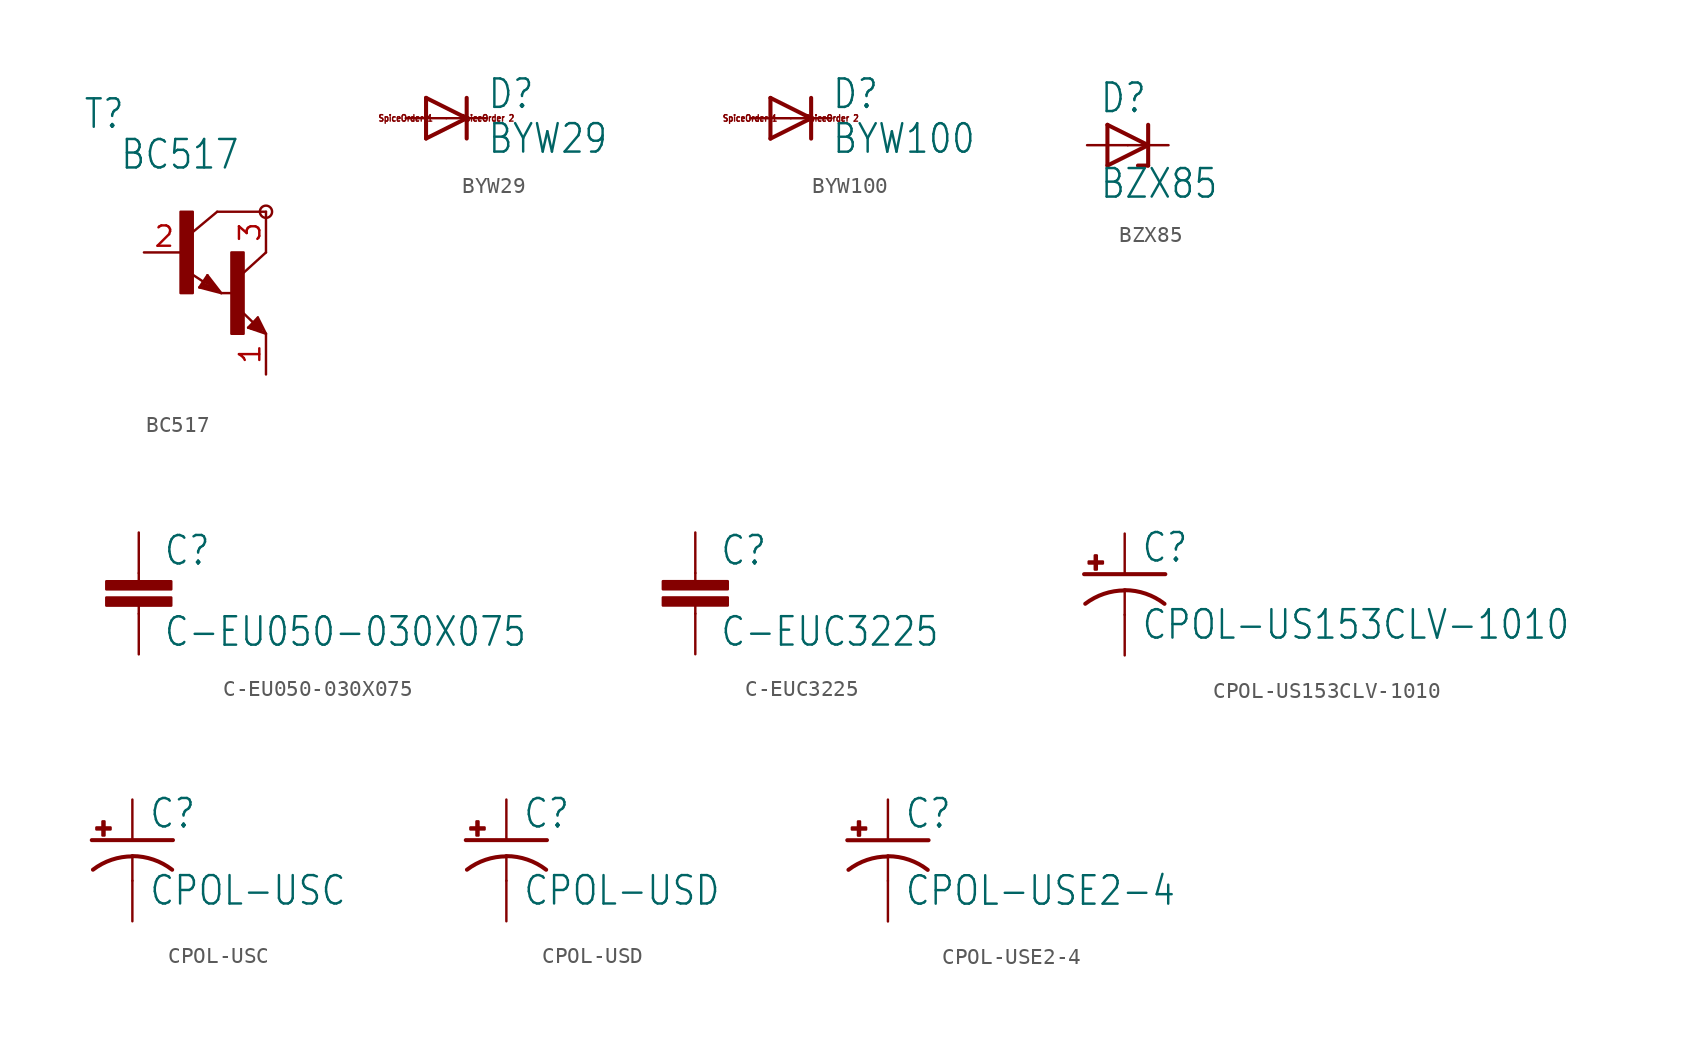
<source format=kicad_sym>
(kicad_symbol_lib
  (version 20211014)
  (generator kicad_symbol_editor)
  (symbol "BC517"
    (property "Reference" "T"
      (at -6.35 7.62 0)
      (effects (font (size 1.778 1.511)) (justify left bottom)))
    (property "Value" "BC517"
      (at -4.064 5.08 0)
      (effects (font (size 1.778 1.511)) (justify left bottom)))
    (property "ki_locked" ""
      (at 0 0 0)
      (effects (font (size 1.27 1.27))))
    (symbol "BC517_1_0"
      (rectangle (start -0.254 -2.54) (end 0.508 2.54) (stroke (width 0) (type default) (color 0 0 0 0)) (fill (type outline)))
      (polyline (pts (xy 0.916 -2.186) (xy 1.424 -1.424)) (stroke (width 0.152) (type default) (color 0 0 0 0)) (fill (type none)))
      (polyline (pts (xy 1.016 -2.159) (xy 2.032 -2.413)) (stroke (width 0.127) (type default) (color 0 0 0 0)) (fill (type none)))
      (polyline (pts (xy 1.143 -2.032) (xy 1.905 -2.286)) (stroke (width 0.254) (type default) (color 0 0 0 0)) (fill (type none)))
      (polyline (pts (xy 1.186 -1.84) (xy 0.208 -1.197)) (stroke (width 0.152) (type default) (color 0 0 0 0)) (fill (type none)))
      (polyline (pts (xy 1.397 -1.778) (xy 1.397 -1.905)) (stroke (width 0.254) (type default) (color 0 0 0 0)) (fill (type none)))
      (polyline (pts (xy 1.397 -1.651) (xy 1.143 -2.032)) (stroke (width 0.127) (type default) (color 0 0 0 0)) (fill (type none)))
      (polyline (pts (xy 1.397 -1.524) (xy 1.016 -2.159)) (stroke (width 0.127) (type default) (color 0 0 0 0)) (fill (type none)))
      (polyline (pts (xy 1.424 -1.424) (xy 2.286 -2.54)) (stroke (width 0.152) (type default) (color 0 0 0 0)) (fill (type none)))
      (polyline (pts (xy 1.905 -2.286) (xy 1.397 -1.778)) (stroke (width 0.254) (type default) (color 0 0 0 0)) (fill (type none)))
      (polyline (pts (xy 2.032 -2.413) (xy 1.397 -1.651)) (stroke (width 0.127) (type default) (color 0 0 0 0)) (fill (type none)))
      (polyline (pts (xy 2.032 2.54) (xy 0.508 1.27)) (stroke (width 0.152) (type default) (color 0 0 0 0)) (fill (type none)))
      (polyline (pts (xy 2.159 -2.413) (xy 1.397 -1.524)) (stroke (width 0.127) (type default) (color 0 0 0 0)) (fill (type none)))
      (polyline (pts (xy 2.286 -2.54) (xy 0.916 -2.186)) (stroke (width 0.152) (type default) (color 0 0 0 0)) (fill (type none)))
      (polyline (pts (xy 2.921 -2.54) (xy 2.286 -2.54)) (stroke (width 0.152) (type default) (color 0 0 0 0)) (fill (type none)))
      (polyline (pts (xy 3.964 -4.699) (xy 4.572 -4.064)) (stroke (width 0.152) (type default) (color 0 0 0 0)) (fill (type none)))
      (polyline (pts (xy 4.064 -4.699) (xy 4.826 -4.953)) (stroke (width 0.127) (type default) (color 0 0 0 0)) (fill (type none)))
      (polyline (pts (xy 4.191 -4.699) (xy 4.699 -4.826)) (stroke (width 0.254) (type default) (color 0 0 0 0)) (fill (type none)))
      (polyline (pts (xy 4.28 -4.38) (xy 3.483 -3.61)) (stroke (width 0.152) (type default) (color 0 0 0 0)) (fill (type none)))
      (polyline (pts (xy 4.572 -4.572) (xy 4.445 -4.572)) (stroke (width 0.254) (type default) (color 0 0 0 0)) (fill (type none)))
      (polyline (pts (xy 4.572 -4.318) (xy 4.191 -4.699)) (stroke (width 0.254) (type default) (color 0 0 0 0)) (fill (type none)))
      (polyline (pts (xy 4.572 -4.191) (xy 4.064 -4.699)) (stroke (width 0.127) (type default) (color 0 0 0 0)) (fill (type none)))
      (polyline (pts (xy 4.572 -4.064) (xy 5.08 -5.08)) (stroke (width 0.152) (type default) (color 0 0 0 0)) (fill (type none)))
      (polyline (pts (xy 4.699 -4.826) (xy 4.572 -4.572)) (stroke (width 0.254) (type default) (color 0 0 0 0)) (fill (type none)))
      (polyline (pts (xy 4.826 -4.953) (xy 4.572 -4.318)) (stroke (width 0.127) (type default) (color 0 0 0 0)) (fill (type none)))
      (polyline (pts (xy 4.953 -4.953) (xy 4.572 -4.191)) (stroke (width 0.127) (type default) (color 0 0 0 0)) (fill (type none)))
      (polyline (pts (xy 5.08 -5.08) (xy 3.964 -4.699)) (stroke (width 0.152) (type default) (color 0 0 0 0)) (fill (type none)))
      (polyline (pts (xy 5.08 0) (xy 3.683 -1.27)) (stroke (width 0.152) (type default) (color 0 0 0 0)) (fill (type none)))
      (polyline (pts (xy 5.08 2.54) (xy 2.032 2.54)) (stroke (width 0.152) (type default) (color 0 0 0 0)) (fill (type none)))
      (rectangle (start 2.921 -5.08) (end 3.683 0) (stroke (width 0) (type default) (color 0 0 0 0)) (fill (type outline)))
      (circle (center 5.08 2.54) (radius 0.381) (stroke (width 0) (type default) (color 0 0 0 0)) (fill (type none)))
      (pin passive line (at 5.08 -7.62 90) (length 2.54) (name "E" (effects (font (size 0 0)))) (number "1" (effects (font (size 1.27 1.27)))))
      (pin passive line (at -2.54 0 0) (length 2.54) (name "B" (effects (font (size 0 0)))) (number "2" (effects (font (size 1.27 1.27)))))
      (pin passive line (at 5.08 2.54 270) (length 2.54) (name "C" (effects (font (size 0 0)))) (number "3" (effects (font (size 1.27 1.27)))))))
  (symbol "BYW29"
    (property "Reference" "D"
      (at 2.54 0.483 0)
      (effects (font (size 1.778 1.511)) (justify left bottom)))
    (property "Value" "BYW29"
      (at 2.54 -2.311 0)
      (effects (font (size 1.778 1.511)) (justify left bottom)))
    (property "ki_locked" ""
      (at 0 0 0)
      (effects (font (size 1.27 1.27))))
    (symbol "BYW29_1_0"
      (polyline (pts (xy -1.27 -1.27) (xy 1.27 0)) (stroke (width 0.254) (type default) (color 0 0 0 0)) (fill (type none)))
      (polyline (pts (xy -1.27 1.27) (xy -1.27 -1.27)) (stroke (width 0.254) (type default) (color 0 0 0 0)) (fill (type none)))
      (polyline (pts (xy 1.27 0) (xy -1.27 1.27)) (stroke (width 0.254) (type default) (color 0 0 0 0)) (fill (type none)))
      (polyline (pts (xy 1.27 0) (xy 1.27 -1.27)) (stroke (width 0.254) (type default) (color 0 0 0 0)) (fill (type none)))
      (polyline (pts (xy 1.27 1.27) (xy 1.27 0)) (stroke (width 0.254) (type default) (color 0 0 0 0)) (fill (type none)))
      (text "SpiceOrder 1" (at -2.54 0 0) (effects (font (size 0.406 0.345))))
      (text "SpiceOrder 2" (at 2.54 0 0) (effects (font (size 0.406 0.345))))
      (pin passive line (at -2.54 0 0) (length 2.54) (name "A" (effects (font (size 0 0)))) (number "A" (effects (font (size 0 0)))))
      (pin passive line (at 2.54 0 180) (length 2.54) (name "C" (effects (font (size 0 0)))) (number "C" (effects (font (size 0 0)))))))
  (symbol "BYW100"
    (property "Reference" "D"
      (at 2.54 0.483 0)
      (effects (font (size 1.778 1.511)) (justify left bottom)))
    (property "Value" "BYW100"
      (at 2.54 -2.311 0)
      (effects (font (size 1.778 1.511)) (justify left bottom)))
    (property "ki_locked" ""
      (at 0 0 0)
      (effects (font (size 1.27 1.27))))
    (symbol "BYW100_1_0"
      (polyline (pts (xy -1.27 -1.27) (xy 1.27 0)) (stroke (width 0.254) (type default) (color 0 0 0 0)) (fill (type none)))
      (polyline (pts (xy -1.27 1.27) (xy -1.27 -1.27)) (stroke (width 0.254) (type default) (color 0 0 0 0)) (fill (type none)))
      (polyline (pts (xy 1.27 0) (xy -1.27 1.27)) (stroke (width 0.254) (type default) (color 0 0 0 0)) (fill (type none)))
      (polyline (pts (xy 1.27 0) (xy 1.27 -1.27)) (stroke (width 0.254) (type default) (color 0 0 0 0)) (fill (type none)))
      (polyline (pts (xy 1.27 1.27) (xy 1.27 0)) (stroke (width 0.254) (type default) (color 0 0 0 0)) (fill (type none)))
      (text "SpiceOrder 1" (at -2.54 0 0) (effects (font (size 0.406 0.345))))
      (text "SpiceOrder 2" (at 2.54 0 0) (effects (font (size 0.406 0.345))))
      (pin passive line (at -2.54 0 0) (length 2.54) (name "A" (effects (font (size 0 0)))) (number "A" (effects (font (size 0 0)))))
      (pin passive line (at 2.54 0 180) (length 2.54) (name "C" (effects (font (size 0 0)))) (number "C" (effects (font (size 0 0)))))))
  (symbol "BZX85"
    (property "Reference" "D"
      (at -1.778 1.905 0)
      (effects (font (size 1.778 1.511)) (justify left bottom)))
    (property "Value" "BZX85"
      (at -1.778 -3.429 0)
      (effects (font (size 1.778 1.511)) (justify left bottom)))
    (property "ki_locked" ""
      (at 0 0 0)
      (effects (font (size 1.27 1.27))))
    (symbol "BZX85_1_0"
      (polyline (pts (xy -1.27 -1.27) (xy 1.27 0)) (stroke (width 0.254) (type default) (color 0 0 0 0)) (fill (type none)))
      (polyline (pts (xy -1.27 1.27) (xy -1.27 -1.27)) (stroke (width 0.254) (type default) (color 0 0 0 0)) (fill (type none)))
      (polyline (pts (xy 1.27 -1.27) (xy 0.635 -1.27)) (stroke (width 0.254) (type default) (color 0 0 0 0)) (fill (type none)))
      (polyline (pts (xy 1.27 0) (xy -1.27 1.27)) (stroke (width 0.254) (type default) (color 0 0 0 0)) (fill (type none)))
      (polyline (pts (xy 1.27 0) (xy 1.27 -1.27)) (stroke (width 0.254) (type default) (color 0 0 0 0)) (fill (type none)))
      (polyline (pts (xy 1.27 1.27) (xy 1.27 0)) (stroke (width 0.254) (type default) (color 0 0 0 0)) (fill (type none)))
      (pin passive line (at -2.54 0 0) (length 2.54) (name "A" (effects (font (size 0 0)))) (number "A" (effects (font (size 0 0)))))
      (pin passive line (at 2.54 0 180) (length 2.54) (name "C" (effects (font (size 0 0)))) (number "C" (effects (font (size 0 0)))))))
  (symbol "C-EU050-030X075"
    (property "Reference" "C"
      (at 1.524 0.381 0)
      (effects (font (size 1.778 1.511)) (justify left bottom)))
    (property "Value" "C-EU050-030X075"
      (at 1.524 -4.699 0)
      (effects (font (size 1.778 1.511)) (justify left bottom)))
    (property "ki_locked" ""
      (at 0 0 0)
      (effects (font (size 1.27 1.27))))
    (symbol "C-EU050-030X075_1_0"
      (rectangle (start -2.032 -2.032) (end 2.032 -1.524) (stroke (width 0) (type default) (color 0 0 0 0)) (fill (type outline)))
      (rectangle (start -2.032 -1.016) (end 2.032 -0.508) (stroke (width 0) (type default) (color 0 0 0 0)) (fill (type outline)))
      (polyline (pts (xy 0 -2.54) (xy 0 -2.032)) (stroke (width 0.152) (type default) (color 0 0 0 0)) (fill (type none)))
      (polyline (pts (xy 0 0) (xy 0 -0.508)) (stroke (width 0.152) (type default) (color 0 0 0 0)) (fill (type none)))
      (pin passive line (at 0 2.54 270) (length 2.54) (name "1" (effects (font (size 0 0)))) (number "1" (effects (font (size 0 0)))))
      (pin passive line (at 0 -5.08 90) (length 2.54) (name "2" (effects (font (size 0 0)))) (number "2" (effects (font (size 0 0)))))))
  (symbol "C-EUC3225"
    (property "Reference" "C"
      (at 1.524 0.381 0)
      (effects (font (size 1.778 1.511)) (justify left bottom)))
    (property "Value" "C-EUC3225"
      (at 1.524 -4.699 0)
      (effects (font (size 1.778 1.511)) (justify left bottom)))
    (property "ki_locked" ""
      (at 0 0 0)
      (effects (font (size 1.27 1.27))))
    (symbol "C-EUC3225_1_0"
      (rectangle (start -2.032 -2.032) (end 2.032 -1.524) (stroke (width 0) (type default) (color 0 0 0 0)) (fill (type outline)))
      (rectangle (start -2.032 -1.016) (end 2.032 -0.508) (stroke (width 0) (type default) (color 0 0 0 0)) (fill (type outline)))
      (polyline (pts (xy 0 -2.54) (xy 0 -2.032)) (stroke (width 0.152) (type default) (color 0 0 0 0)) (fill (type none)))
      (polyline (pts (xy 0 0) (xy 0 -0.508)) (stroke (width 0.152) (type default) (color 0 0 0 0)) (fill (type none)))
      (pin passive line (at 0 2.54 270) (length 2.54) (name "1" (effects (font (size 0 0)))) (number "1" (effects (font (size 0 0)))))
      (pin passive line (at 0 -5.08 90) (length 2.54) (name "2" (effects (font (size 0 0)))) (number "2" (effects (font (size 0 0)))))))
  (symbol "CPOL-US153CLV-1010"
    (property "Reference" "C"
      (at 1.016 0.635 0)
      (effects (font (size 1.778 1.511)) (justify left bottom)))
    (property "Value" "CPOL-US153CLV-1010"
      (at 1.016 -4.191 0)
      (effects (font (size 1.778 1.511)) (justify left bottom)))
    (property "ki_locked" ""
      (at 0 0 0)
      (effects (font (size 1.27 1.27))))
    (symbol "CPOL-US153CLV-1010_1_0"
      (rectangle (start -2.253 0.668) (end -1.364 0.795) (stroke (width 0) (type default) (color 0 0 0 0)) (fill (type outline)))
      (rectangle (start -1.872 0.287) (end -1.745 1.176) (stroke (width 0) (type default) (color 0 0 0 0)) (fill (type outline)))
      (arc (start 0 -1.0161) (mid -1.3021 -1.2302) (end -2.4669 -1.8504) (stroke (width 0.254) (type default) (color 0 0 0 0)) (fill (type none)))
      (polyline (pts (xy -2.54 0) (xy 2.54 0)) (stroke (width 0.254) (type default) (color 0 0 0 0)) (fill (type none)))
      (polyline (pts (xy 0 -1.016) (xy 0 -2.54)) (stroke (width 0.152) (type default) (color 0 0 0 0)) (fill (type none)))
      (arc (start 2.4892 -1.8542) (mid 1.3158 -1.2195) (end 0 -1) (stroke (width 0.254) (type default) (color 0 0 0 0)) (fill (type none)))
      (pin passive line (at 0 2.54 270) (length 2.54) (name "+" (effects (font (size 0 0)))) (number "+" (effects (font (size 0 0)))))
      (pin passive line (at 0 -5.08 90) (length 2.54) (name "-" (effects (font (size 0 0)))) (number "-" (effects (font (size 0 0)))))))
  (symbol "CPOL-USC"
    (property "Reference" "C"
      (at 1.016 0.635 0)
      (effects (font (size 1.778 1.511)) (justify left bottom)))
    (property "Value" "CPOL-USC"
      (at 1.016 -4.191 0)
      (effects (font (size 1.778 1.511)) (justify left bottom)))
    (property "ki_locked" ""
      (at 0 0 0)
      (effects (font (size 1.27 1.27))))
    (symbol "CPOL-USC_1_0"
      (rectangle (start -2.253 0.668) (end -1.364 0.795) (stroke (width 0) (type default) (color 0 0 0 0)) (fill (type outline)))
      (rectangle (start -1.872 0.287) (end -1.745 1.176) (stroke (width 0) (type default) (color 0 0 0 0)) (fill (type outline)))
      (arc (start 0 -1.0161) (mid -1.3021 -1.2302) (end -2.4669 -1.8504) (stroke (width 0.254) (type default) (color 0 0 0 0)) (fill (type none)))
      (polyline (pts (xy -2.54 0) (xy 2.54 0)) (stroke (width 0.254) (type default) (color 0 0 0 0)) (fill (type none)))
      (polyline (pts (xy 0 -1.016) (xy 0 -2.54)) (stroke (width 0.152) (type default) (color 0 0 0 0)) (fill (type none)))
      (arc (start 2.4892 -1.8542) (mid 1.3158 -1.2195) (end 0 -1) (stroke (width 0.254) (type default) (color 0 0 0 0)) (fill (type none)))
      (pin passive line (at 0 2.54 270) (length 2.54) (name "+" (effects (font (size 0 0)))) (number "+" (effects (font (size 0 0)))))
      (pin passive line (at 0 -5.08 90) (length 2.54) (name "-" (effects (font (size 0 0)))) (number "-" (effects (font (size 0 0)))))))
  (symbol "CPOL-USD"
    (property "Reference" "C"
      (at 1.016 0.635 0)
      (effects (font (size 1.778 1.511)) (justify left bottom)))
    (property "Value" "CPOL-USD"
      (at 1.016 -4.191 0)
      (effects (font (size 1.778 1.511)) (justify left bottom)))
    (property "ki_locked" ""
      (at 0 0 0)
      (effects (font (size 1.27 1.27))))
    (symbol "CPOL-USD_1_0"
      (rectangle (start -2.253 0.668) (end -1.364 0.795) (stroke (width 0) (type default) (color 0 0 0 0)) (fill (type outline)))
      (rectangle (start -1.872 0.287) (end -1.745 1.176) (stroke (width 0) (type default) (color 0 0 0 0)) (fill (type outline)))
      (arc (start 0 -1.0161) (mid -1.3021 -1.2302) (end -2.4669 -1.8504) (stroke (width 0.254) (type default) (color 0 0 0 0)) (fill (type none)))
      (polyline (pts (xy -2.54 0) (xy 2.54 0)) (stroke (width 0.254) (type default) (color 0 0 0 0)) (fill (type none)))
      (polyline (pts (xy 0 -1.016) (xy 0 -2.54)) (stroke (width 0.152) (type default) (color 0 0 0 0)) (fill (type none)))
      (arc (start 2.4892 -1.8542) (mid 1.3158 -1.2195) (end 0 -1) (stroke (width 0.254) (type default) (color 0 0 0 0)) (fill (type none)))
      (pin passive line (at 0 2.54 270) (length 2.54) (name "+" (effects (font (size 0 0)))) (number "+" (effects (font (size 0 0)))))
      (pin passive line (at 0 -5.08 90) (length 2.54) (name "-" (effects (font (size 0 0)))) (number "-" (effects (font (size 0 0)))))))
  (symbol "CPOL-USE2-4"
    (property "Reference" "C"
      (at 1.016 0.635 0)
      (effects (font (size 1.778 1.511)) (justify left bottom)))
    (property "Value" "CPOL-USE2-4"
      (at 1.016 -4.191 0)
      (effects (font (size 1.778 1.511)) (justify left bottom)))
    (property "ki_locked" ""
      (at 0 0 0)
      (effects (font (size 1.27 1.27))))
    (symbol "CPOL-USE2-4_1_0"
      (rectangle (start -2.253 0.668) (end -1.364 0.795) (stroke (width 0) (type default) (color 0 0 0 0)) (fill (type outline)))
      (rectangle (start -1.872 0.287) (end -1.745 1.176) (stroke (width 0) (type default) (color 0 0 0 0)) (fill (type outline)))
      (arc (start 0 -1.0161) (mid -1.3021 -1.2302) (end -2.4669 -1.8504) (stroke (width 0.254) (type default) (color 0 0 0 0)) (fill (type none)))
      (polyline (pts (xy -2.54 0) (xy 2.54 0)) (stroke (width 0.254) (type default) (color 0 0 0 0)) (fill (type none)))
      (polyline (pts (xy 0 -1.016) (xy 0 -2.54)) (stroke (width 0.152) (type default) (color 0 0 0 0)) (fill (type none)))
      (arc (start 2.4892 -1.8542) (mid 1.3158 -1.2195) (end 0 -1) (stroke (width 0.254) (type default) (color 0 0 0 0)) (fill (type none)))
      (pin passive line (at 0 2.54 270) (length 2.54) (name "+" (effects (font (size 0 0)))) (number "+" (effects (font (size 0 0)))))
      (pin passive line (at 0 -5.08 90) (length 2.54) (name "-" (effects (font (size 0 0)))) (number "-" (effects (font (size 0 0))))))))
</source>
